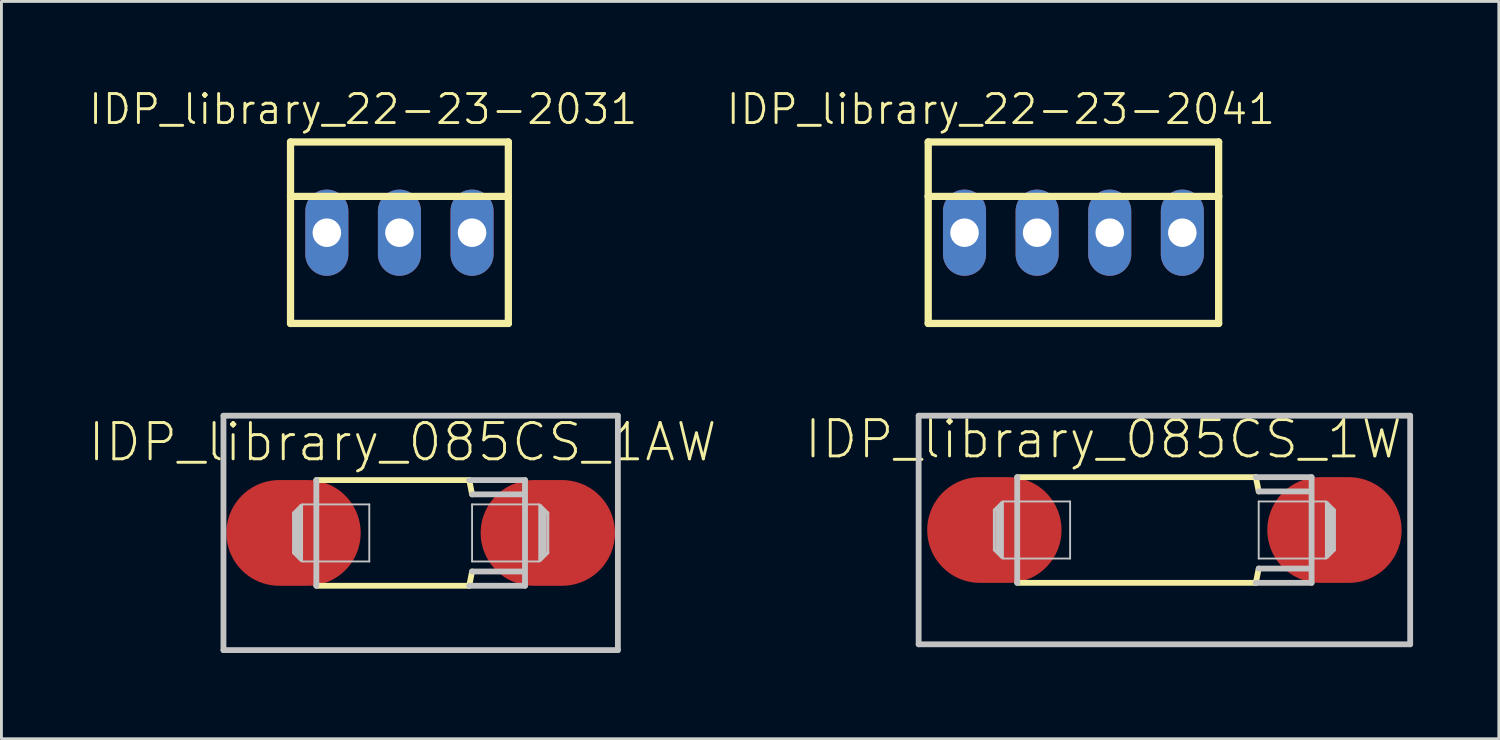
<source format=kicad_pcb>
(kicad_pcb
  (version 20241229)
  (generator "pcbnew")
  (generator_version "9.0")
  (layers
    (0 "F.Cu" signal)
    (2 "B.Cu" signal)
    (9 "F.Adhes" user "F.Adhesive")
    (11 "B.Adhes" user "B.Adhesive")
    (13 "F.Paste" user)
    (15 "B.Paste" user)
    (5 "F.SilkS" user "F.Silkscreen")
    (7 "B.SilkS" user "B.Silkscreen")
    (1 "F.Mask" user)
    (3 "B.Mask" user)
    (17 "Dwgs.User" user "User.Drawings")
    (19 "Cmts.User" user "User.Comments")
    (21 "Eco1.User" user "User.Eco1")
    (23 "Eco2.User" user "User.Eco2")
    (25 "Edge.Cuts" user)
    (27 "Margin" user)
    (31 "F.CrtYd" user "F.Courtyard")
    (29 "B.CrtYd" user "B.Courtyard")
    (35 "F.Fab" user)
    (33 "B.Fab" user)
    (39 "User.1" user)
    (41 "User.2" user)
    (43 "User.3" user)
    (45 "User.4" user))
  (footprint "IDP_library_22-23-2041"
    (layer "F.Cu")
    (at 34.503 5.091)
    (property "Reference" "IDP_library_22-23-2041" (at -2.54 -4.318 0) (layer "F.SilkS") (effects (font (size 1.016 1.016) (thickness 0.102))))
    (attr exclude_from_pos_files exclude_from_bom)
    (fp_line (start -5.08 -3.175) (end 5.08 -3.175) (stroke (width 0.254) (type solid)) (layer "F.SilkS"))
    (fp_line (start -5.08 -1.27) (end -5.08 -3.175) (stroke (width 0.254) (type solid)) (layer "F.SilkS"))
    (fp_line (start -5.08 -1.27) (end 5.08 -1.27) (stroke (width 0.254) (type solid)) (layer "F.SilkS"))
    (fp_line (start -5.08 3.175) (end -5.08 -1.27) (stroke (width 0.254) (type solid)) (layer "F.SilkS"))
    (fp_line (start 5.08 -3.175) (end 5.08 -1.27) (stroke (width 0.254) (type solid)) (layer "F.SilkS"))
    (fp_line (start 5.08 -1.27) (end 5.08 3.175) (stroke (width 0.254) (type solid)) (layer "F.SilkS"))
    (fp_line (start 5.08 3.175) (end -5.08 3.175) (stroke (width 0.254) (type solid)) (layer "F.SilkS"))
    (pad "1" thru_hole oval (at -3.81 0 180) (size 1.506 3.015) (drill 0.998) (layers "*.Cu" "*.Paste" "*.Mask"))
    (pad "2" thru_hole oval (at -1.27 0 180) (size 1.506 3.015) (drill 0.998) (layers "*.Cu" "*.Paste" "*.Mask"))
    (pad "3" thru_hole oval (at 1.27 0 180) (size 1.506 3.015) (drill 0.998) (layers "*.Cu" "*.Paste" "*.Mask"))
    (pad "4" thru_hole oval (at 3.81 0 180) (size 1.506 3.015) (drill 0.998) (layers "*.Cu" "*.Paste" "*.Mask")))
  (footprint "IDP_library_22-23-2031"
    (layer "F.Cu")
    (at 10.924 5.091)
    (property "Reference" "IDP_library_22-23-2031" (at -1.27 -4.318 0) (layer "F.SilkS") (effects (font (size 1.016 1.016) (thickness 0.102))))
    (attr exclude_from_pos_files exclude_from_bom)
    (fp_line (start -3.81 -3.175) (end 3.81 -3.175) (stroke (width 0.254) (type solid)) (layer "F.SilkS"))
    (fp_line (start -3.81 -1.27) (end -3.81 -3.175) (stroke (width 0.254) (type solid)) (layer "F.SilkS"))
    (fp_line (start -3.81 -1.27) (end 3.81 -1.27) (stroke (width 0.254) (type solid)) (layer "F.SilkS"))
    (fp_line (start -3.81 3.175) (end -3.81 -1.27) (stroke (width 0.254) (type solid)) (layer "F.SilkS"))
    (fp_line (start 3.81 -3.175) (end 3.81 -1.27) (stroke (width 0.254) (type solid)) (layer "F.SilkS"))
    (fp_line (start 3.81 -1.27) (end 3.81 3.175) (stroke (width 0.254) (type solid)) (layer "F.SilkS"))
    (fp_line (start 3.81 3.175) (end -3.81 3.175) (stroke (width 0.254) (type solid)) (layer "F.SilkS"))
    (pad "1" thru_hole oval (at -2.54 0 180) (size 1.506 3.015) (drill 0.998) (layers "*.Cu" "*.Paste" "*.Mask"))
    (pad "2" thru_hole oval (at 0 0 180) (size 1.506 3.015) (drill 0.998) (layers "*.Cu" "*.Paste" "*.Mask"))
    (pad "3" thru_hole oval (at 2.54 0 180) (size 1.506 3.015) (drill 0.998) (layers "*.Cu" "*.Paste" "*.Mask")))
  (footprint "IDP_library_085CS_1AW"
    (layer "F.Cu")
    (at 11.667 15.594)
    (property "Reference" "IDP_library_085CS_1AW" (at -0.635 -3.175 0) (layer "F.SilkS") (effects (font (size 1.27 1.27) (thickness 0.102))))
    (attr smd)
    (fp_line (start -3.65 1.849) (end 1.699 1.849) (stroke (width 0.203) (type solid)) (layer "F.SilkS"))
    (fp_line (start 1.699 -1.849) (end -3.65 -1.849) (stroke (width 0.203) (type solid)) (layer "F.SilkS"))
    (fp_line (start 1.798 -1.349) (end 1.699 -1.849) (stroke (width 0.203) (type solid)) (layer "F.SilkS"))
    (fp_line (start 1.798 1.349) (end 1.699 1.849) (stroke (width 0.203) (type solid)) (layer "F.SilkS"))
    (fp_line (start -6.899 -4.1) (end -6.899 4.1) (stroke (width 0.203) (type solid)) (layer "Dwgs.User"))
    (fp_line (start -6.899 -4.1) (end 6.899 -4.1) (stroke (width 0.203) (type solid)) (layer "Dwgs.User"))
    (fp_line (start -6.899 4.1) (end 6.899 4.1) (stroke (width 0.203) (type solid)) (layer "Dwgs.User"))
    (fp_line (start -4.448 -0.699) (end -4.448 0.699) (stroke (width 0.102) (type solid)) (layer "Dwgs.User"))
    (fp_line (start -4.448 0.699) (end -4.199 0.95) (stroke (width 0.102) (type solid)) (layer "Dwgs.User"))
    (fp_line (start -4.298 -0.749) (end -4.298 0.749) (stroke (width 0.203) (type solid)) (layer "Dwgs.User"))
    (fp_line (start -4.199 -0.95) (end -4.448 -0.699) (stroke (width 0.102) (type solid)) (layer "Dwgs.User"))
    (fp_line (start -4.199 0.95) (end -4.199 -0.95) (stroke (width 0.102) (type solid)) (layer "Dwgs.User"))
    (fp_line (start -4.148 -0.998) (end -1.798 -0.998) (stroke (width 0.066) (type solid)) (layer "Dwgs.User"))
    (fp_line (start -4.148 0.998) (end -4.148 -0.998) (stroke (width 0.066) (type solid)) (layer "Dwgs.User"))
    (fp_line (start -4.148 0.998) (end -1.798 0.998) (stroke (width 0.066) (type solid)) (layer "Dwgs.User"))
    (fp_line (start -3.65 -1.849) (end -3.65 1.849) (stroke (width 0.203) (type solid)) (layer "Dwgs.User"))
    (fp_line (start -1.798 0.998) (end -1.798 -0.998) (stroke (width 0.066) (type solid)) (layer "Dwgs.User"))
    (fp_line (start 1.699 1.849) (end 3.65 1.849) (stroke (width 0.203) (type solid)) (layer "Dwgs.User"))
    (fp_line (start 1.798 -0.998) (end 4.148 -0.998) (stroke (width 0.066) (type solid)) (layer "Dwgs.User"))
    (fp_line (start 1.798 0.998) (end 1.798 -0.998) (stroke (width 0.066) (type solid)) (layer "Dwgs.User"))
    (fp_line (start 1.798 0.998) (end 4.148 0.998) (stroke (width 0.066) (type solid)) (layer "Dwgs.User"))
    (fp_line (start 3.548 -1.349) (end 1.798 -1.349) (stroke (width 0.203) (type solid)) (layer "Dwgs.User"))
    (fp_line (start 3.599 1.349) (end 1.798 1.349) (stroke (width 0.203) (type solid)) (layer "Dwgs.User"))
    (fp_line (start 3.65 -1.849) (end 1.699 -1.849) (stroke (width 0.203) (type solid)) (layer "Dwgs.User"))
    (fp_line (start 3.65 1.849) (end 3.65 -1.849) (stroke (width 0.203) (type solid)) (layer "Dwgs.User"))
    (fp_line (start 4.148 0.998) (end 4.148 -0.998) (stroke (width 0.066) (type solid)) (layer "Dwgs.User"))
    (fp_line (start 4.199 -0.95) (end 4.199 0.95) (stroke (width 0.102) (type solid)) (layer "Dwgs.User"))
    (fp_line (start 4.199 0.95) (end 4.448 0.699) (stroke (width 0.102) (type solid)) (layer "Dwgs.User"))
    (fp_line (start 4.298 0.749) (end 4.298 -0.749) (stroke (width 0.203) (type solid)) (layer "Dwgs.User"))
    (fp_line (start 4.448 -0.699) (end 4.199 -0.95) (stroke (width 0.102) (type solid)) (layer "Dwgs.User"))
    (fp_line (start 4.448 0.699) (end 4.448 -0.699) (stroke (width 0.102) (type solid)) (layer "Dwgs.User"))
    (fp_line (start 6.899 -4.1) (end 6.899 4.1) (stroke (width 0.203) (type solid)) (layer "Dwgs.User"))
    (pad "+" smd oval (at 4.448 0) (size 4.699 3.698) (layers "F.Cu" "F.Mask" "F.Paste"))
    (pad "-" smd oval (at -4.448 0) (size 4.699 3.698) (layers "F.Cu" "F.Mask" "F.Paste")))
  (footprint "IDP_library_085CS_1W"
    (layer "F.Cu")
    (at 37.686 15.492)
    (property "Reference" "IDP_library_085CS_1W" (at -2.134 -3.175 0) (layer "F.SilkS") (effects (font (size 1.27 1.27) (thickness 0.102))))
    (attr smd)
    (fp_line (start -5.149 1.849) (end 3.198 1.849) (stroke (width 0.203) (type solid)) (layer "F.SilkS"))
    (fp_line (start 3.198 -1.849) (end -5.149 -1.849) (stroke (width 0.203) (type solid)) (layer "F.SilkS"))
    (fp_line (start 3.299 -1.349) (end 3.198 -1.849) (stroke (width 0.203) (type solid)) (layer "F.SilkS"))
    (fp_line (start 3.299 1.349) (end 3.198 1.849) (stroke (width 0.203) (type solid)) (layer "F.SilkS"))
    (fp_line (start -8.598 -3.998) (end -8.598 3.998) (stroke (width 0.203) (type solid)) (layer "Dwgs.User"))
    (fp_line (start -8.598 -3.998) (end 8.598 -3.998) (stroke (width 0.203) (type solid)) (layer "Dwgs.User"))
    (fp_line (start -8.598 3.998) (end 8.598 3.998) (stroke (width 0.203) (type solid)) (layer "Dwgs.User"))
    (fp_line (start -5.949 -0.699) (end -5.949 0.699) (stroke (width 0.102) (type solid)) (layer "Dwgs.User"))
    (fp_line (start -5.949 0.699) (end -5.7 0.95) (stroke (width 0.102) (type solid)) (layer "Dwgs.User"))
    (fp_line (start -5.799 -0.749) (end -5.799 0.749) (stroke (width 0.203) (type solid)) (layer "Dwgs.User"))
    (fp_line (start -5.7 -0.95) (end -5.949 -0.699) (stroke (width 0.102) (type solid)) (layer "Dwgs.User"))
    (fp_line (start -5.7 0.95) (end -5.7 -0.95) (stroke (width 0.102) (type solid)) (layer "Dwgs.User"))
    (fp_line (start -5.649 -0.998) (end -3.299 -0.998) (stroke (width 0.066) (type solid)) (layer "Dwgs.User"))
    (fp_line (start -5.649 0.998) (end -5.649 -0.998) (stroke (width 0.066) (type solid)) (layer "Dwgs.User"))
    (fp_line (start -5.649 0.998) (end -3.299 0.998) (stroke (width 0.066) (type solid)) (layer "Dwgs.User"))
    (fp_line (start -5.149 -1.849) (end -5.149 1.849) (stroke (width 0.203) (type solid)) (layer "Dwgs.User"))
    (fp_line (start -3.299 0.998) (end -3.299 -0.998) (stroke (width 0.066) (type solid)) (layer "Dwgs.User"))
    (fp_line (start 3.198 1.849) (end 5.149 1.849) (stroke (width 0.203) (type solid)) (layer "Dwgs.User"))
    (fp_line (start 3.299 -0.998) (end 5.649 -0.998) (stroke (width 0.066) (type solid)) (layer "Dwgs.User"))
    (fp_line (start 3.299 0.998) (end 3.299 -0.998) (stroke (width 0.066) (type solid)) (layer "Dwgs.User"))
    (fp_line (start 3.299 0.998) (end 5.649 0.998) (stroke (width 0.066) (type solid)) (layer "Dwgs.User"))
    (fp_line (start 5.05 -1.349) (end 3.299 -1.349) (stroke (width 0.203) (type solid)) (layer "Dwgs.User"))
    (fp_line (start 5.098 1.349) (end 3.299 1.349) (stroke (width 0.203) (type solid)) (layer "Dwgs.User"))
    (fp_line (start 5.149 -1.849) (end 3.198 -1.849) (stroke (width 0.203) (type solid)) (layer "Dwgs.User"))
    (fp_line (start 5.149 1.849) (end 5.149 -1.849) (stroke (width 0.203) (type solid)) (layer "Dwgs.User"))
    (fp_line (start 5.649 0.998) (end 5.649 -0.998) (stroke (width 0.066) (type solid)) (layer "Dwgs.User"))
    (fp_line (start 5.7 -0.95) (end 5.7 0.95) (stroke (width 0.102) (type solid)) (layer "Dwgs.User"))
    (fp_line (start 5.7 0.95) (end 5.949 0.699) (stroke (width 0.102) (type solid)) (layer "Dwgs.User"))
    (fp_line (start 5.799 0.749) (end 5.799 -0.749) (stroke (width 0.203) (type solid)) (layer "Dwgs.User"))
    (fp_line (start 5.949 -0.699) (end 5.7 -0.95) (stroke (width 0.102) (type solid)) (layer "Dwgs.User"))
    (fp_line (start 5.949 0.699) (end 5.949 -0.699) (stroke (width 0.102) (type solid)) (layer "Dwgs.User"))
    (fp_line (start 8.598 -3.998) (end 8.598 3.998) (stroke (width 0.203) (type solid)) (layer "Dwgs.User"))
    (pad "+" smd oval (at 5.949 0) (size 4.699 3.698) (layers "F.Cu" "F.Mask" "F.Paste"))
    (pad "-" smd oval (at -5.949 0) (size 4.699 3.698) (layers "F.Cu" "F.Mask" "F.Paste")))
  (gr_rect
    (start -3 -3)
    (end 49.385 22.795)
    (stroke (width 0.1) (type default))
    (fill no)
    (layer "Edge.Cuts")))
</source>
